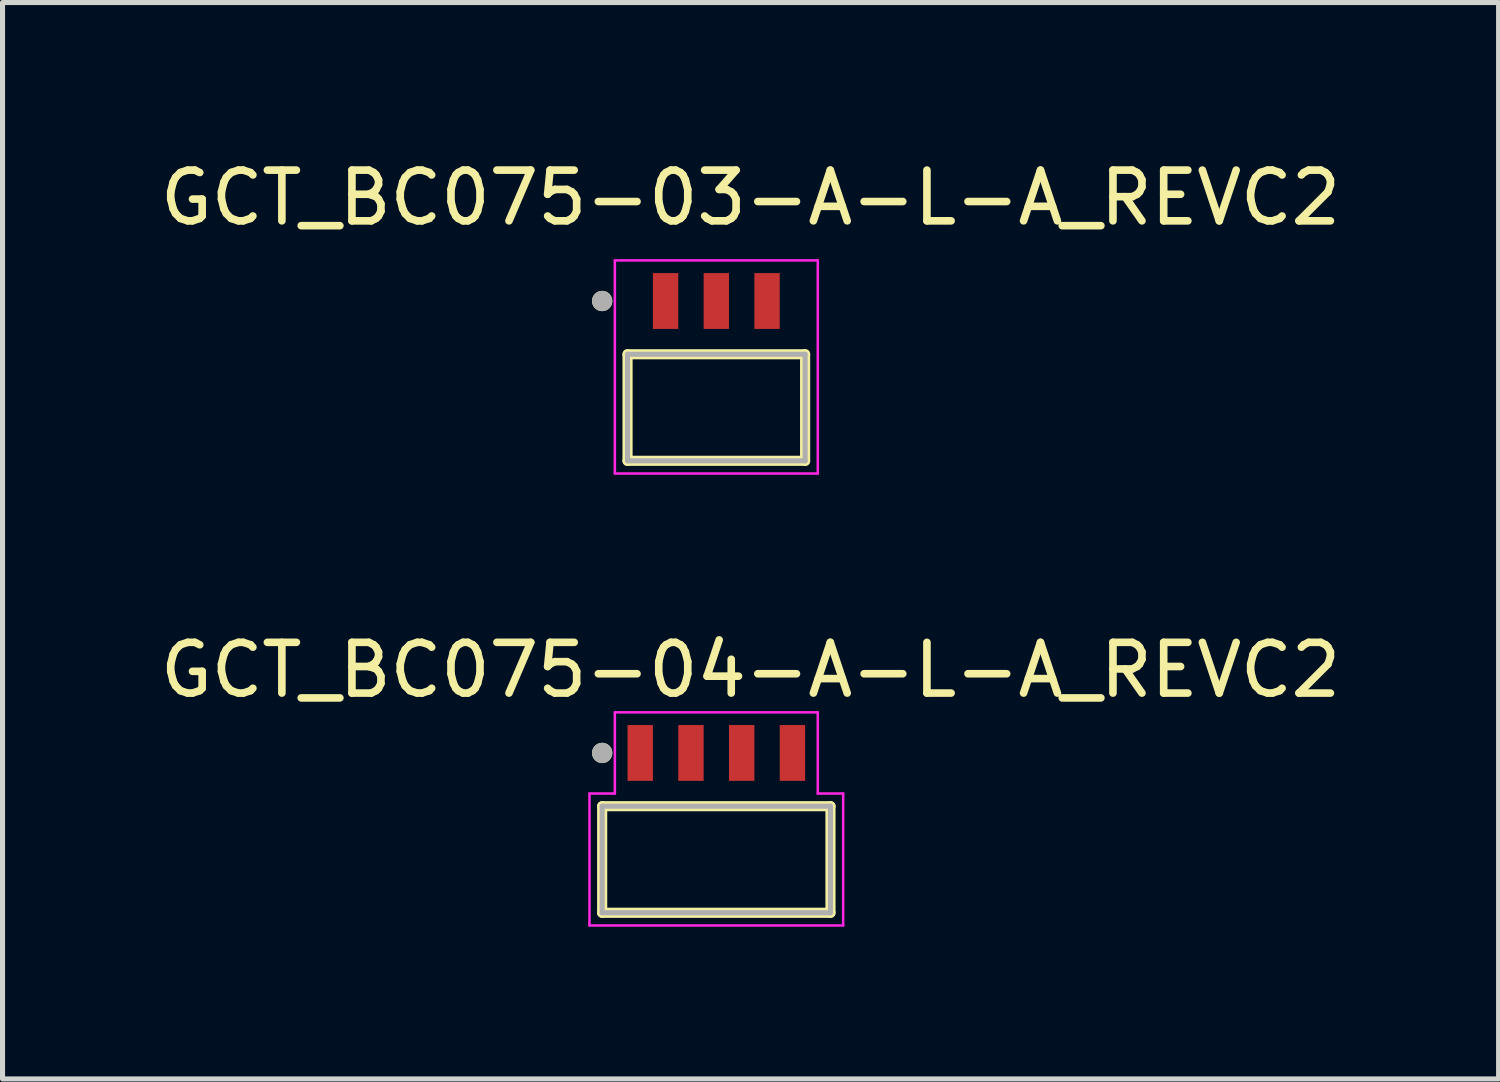
<source format=kicad_pcb>
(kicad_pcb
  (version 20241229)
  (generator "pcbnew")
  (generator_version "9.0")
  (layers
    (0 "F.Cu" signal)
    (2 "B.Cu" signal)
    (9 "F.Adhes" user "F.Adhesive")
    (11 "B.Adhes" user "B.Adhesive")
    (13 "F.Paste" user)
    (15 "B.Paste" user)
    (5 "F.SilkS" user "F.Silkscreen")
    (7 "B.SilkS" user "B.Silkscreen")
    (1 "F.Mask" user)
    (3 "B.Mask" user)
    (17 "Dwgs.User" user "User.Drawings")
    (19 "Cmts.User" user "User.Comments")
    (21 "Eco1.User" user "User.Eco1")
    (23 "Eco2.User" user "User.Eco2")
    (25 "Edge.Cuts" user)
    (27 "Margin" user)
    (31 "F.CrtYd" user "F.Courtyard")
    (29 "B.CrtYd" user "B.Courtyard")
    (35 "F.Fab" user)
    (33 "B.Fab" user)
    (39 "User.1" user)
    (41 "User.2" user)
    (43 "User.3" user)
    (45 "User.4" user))
  (footprint "GCT_BC075-03-A-L-A_REVC2"
    (layer "F.Cu")
    (at 11.069 4.983)
    (property "Reference" "GCT_BC075-03-A-L-A_REVC2" (at 0.675 -4.135 0) (layer "F.SilkS") (effects (font (size 1 1) (thickness 0.15))))
    (attr smd)
    (fp_line (start -1.75 -1.05) (end 1.75 -1.05) (stroke (width 0.2) (type solid)) (layer "F.SilkS"))
    (fp_line (start -1.75 1.05) (end -1.75 -1.05) (stroke (width 0.2) (type solid)) (layer "F.SilkS"))
    (fp_line (start 1.75 -1.05) (end 1.75 1.05) (stroke (width 0.2) (type solid)) (layer "F.SilkS"))
    (fp_line (start 1.75 1.05) (end -1.75 1.05) (stroke (width 0.2) (type solid)) (layer "F.SilkS"))
    (fp_circle (center -2.25 -2.1) (end -2.15 -2.1) (stroke (width 0.2) (type solid)) (fill no) (layer "F.SilkS"))
    (fp_line (start -2 -2.9) (end 2 -2.9) (stroke (width 0.05) (type solid)) (layer "F.CrtYd"))
    (fp_line (start -2 1.3) (end -2 -2.9) (stroke (width 0.05) (type solid)) (layer "F.CrtYd"))
    (fp_line (start 2 -2.9) (end 2 1.3) (stroke (width 0.05) (type solid)) (layer "F.CrtYd"))
    (fp_line (start 2 1.3) (end -2 1.3) (stroke (width 0.05) (type solid)) (layer "F.CrtYd"))
    (fp_line (start -1.75 -1.05) (end 1.75 -1.05) (stroke (width 0.1) (type solid)) (layer "F.Fab"))
    (fp_line (start -1.75 1.05) (end -1.75 -1.05) (stroke (width 0.1) (type solid)) (layer "F.Fab"))
    (fp_line (start 1.75 -1.05) (end 1.75 1.05) (stroke (width 0.1) (type solid)) (layer "F.Fab"))
    (fp_line (start 1.75 1.05) (end -1.75 1.05) (stroke (width 0.1) (type solid)) (layer "F.Fab"))
    (fp_circle (center -2.25 -2.1) (end -2.15 -2.1) (stroke (width 0.2) (type solid)) (fill no) (layer "F.Fab"))
    (pad "1" smd rect (at -1 -2.1) (size 0.5 1.1) (layers "F.Cu" "F.Mask" "F.Paste"))
    (pad "2" smd rect (at 0 -2.1) (size 0.5 1.1) (layers "F.Cu" "F.Mask" "F.Paste"))
    (pad "3" smd rect (at 1 -2.1) (size 0.5 1.1) (layers "F.Cu" "F.Mask" "F.Paste")))
  (footprint "GCT_BC075-04-A-L-A_REVC2"
    (layer "F.Cu")
    (at 11.069 11.791)
    (property "Reference" "GCT_BC075-04-A-L-A_REVC2" (at 0.675 -1.635 0) (layer "F.SilkS") (effects (font (size 1 1) (thickness 0.15))))
    (attr smd)
    (fp_line (start -2.25 1.05) (end -2.25 3.15) (stroke (width 0.2) (type solid)) (layer "F.SilkS"))
    (fp_line (start -2.25 3.15) (end 2.25 3.15) (stroke (width 0.2) (type solid)) (layer "F.SilkS"))
    (fp_line (start 2.25 1.05) (end -2.25 1.05) (stroke (width 0.2) (type solid)) (layer "F.SilkS"))
    (fp_line (start 2.25 3.15) (end 2.25 1.05) (stroke (width 0.2) (type solid)) (layer "F.SilkS"))
    (fp_circle (center -2.25 0) (end -2.15 0) (stroke (width 0.2) (type solid)) (fill no) (layer "F.SilkS"))
    (fp_line (start -2.5 0.8) (end -2.5 3.4) (stroke (width 0.05) (type solid)) (layer "F.CrtYd"))
    (fp_line (start -2.5 3.4) (end 2.5 3.4) (stroke (width 0.05) (type solid)) (layer "F.CrtYd"))
    (fp_line (start -2 -0.8) (end -2 0.8) (stroke (width 0.05) (type solid)) (layer "F.CrtYd"))
    (fp_line (start -2 0.8) (end -2.5 0.8) (stroke (width 0.05) (type solid)) (layer "F.CrtYd"))
    (fp_line (start 2 -0.8) (end -2 -0.8) (stroke (width 0.05) (type solid)) (layer "F.CrtYd"))
    (fp_line (start 2 0.8) (end 2 -0.8) (stroke (width 0.05) (type solid)) (layer "F.CrtYd"))
    (fp_line (start 2.5 0.8) (end 2 0.8) (stroke (width 0.05) (type solid)) (layer "F.CrtYd"))
    (fp_line (start 2.5 3.4) (end 2.5 0.8) (stroke (width 0.05) (type solid)) (layer "F.CrtYd"))
    (fp_line (start -2.25 1.05) (end -2.25 3.15) (stroke (width 0.1) (type solid)) (layer "F.Fab"))
    (fp_line (start -2.25 3.15) (end 2.25 3.15) (stroke (width 0.1) (type solid)) (layer "F.Fab"))
    (fp_line (start 2.25 1.05) (end -2.25 1.05) (stroke (width 0.1) (type solid)) (layer "F.Fab"))
    (fp_line (start 2.25 3.15) (end 2.25 1.05) (stroke (width 0.1) (type solid)) (layer "F.Fab"))
    (fp_circle (center -2.25 0) (end -2.15 0) (stroke (width 0.2) (type solid)) (fill no) (layer "F.Fab"))
    (pad "1" smd rect (at -1.5 0) (size 0.5 1.1) (layers "F.Cu" "F.Mask" "F.Paste"))
    (pad "2" smd rect (at -0.5 0) (size 0.5 1.1) (layers "F.Cu" "F.Mask" "F.Paste"))
    (pad "3" smd rect (at 0.5 0) (size 0.5 1.1) (layers "F.Cu" "F.Mask" "F.Paste"))
    (pad "4" smd rect (at 1.5 0) (size 0.5 1.1) (layers "F.Cu" "F.Mask" "F.Paste")))
  (gr_rect
    (start -3 -3)
    (end 26.488 18.216)
    (stroke (width 0.1) (type default))
    (fill no)
    (layer "Edge.Cuts")))
</source>
